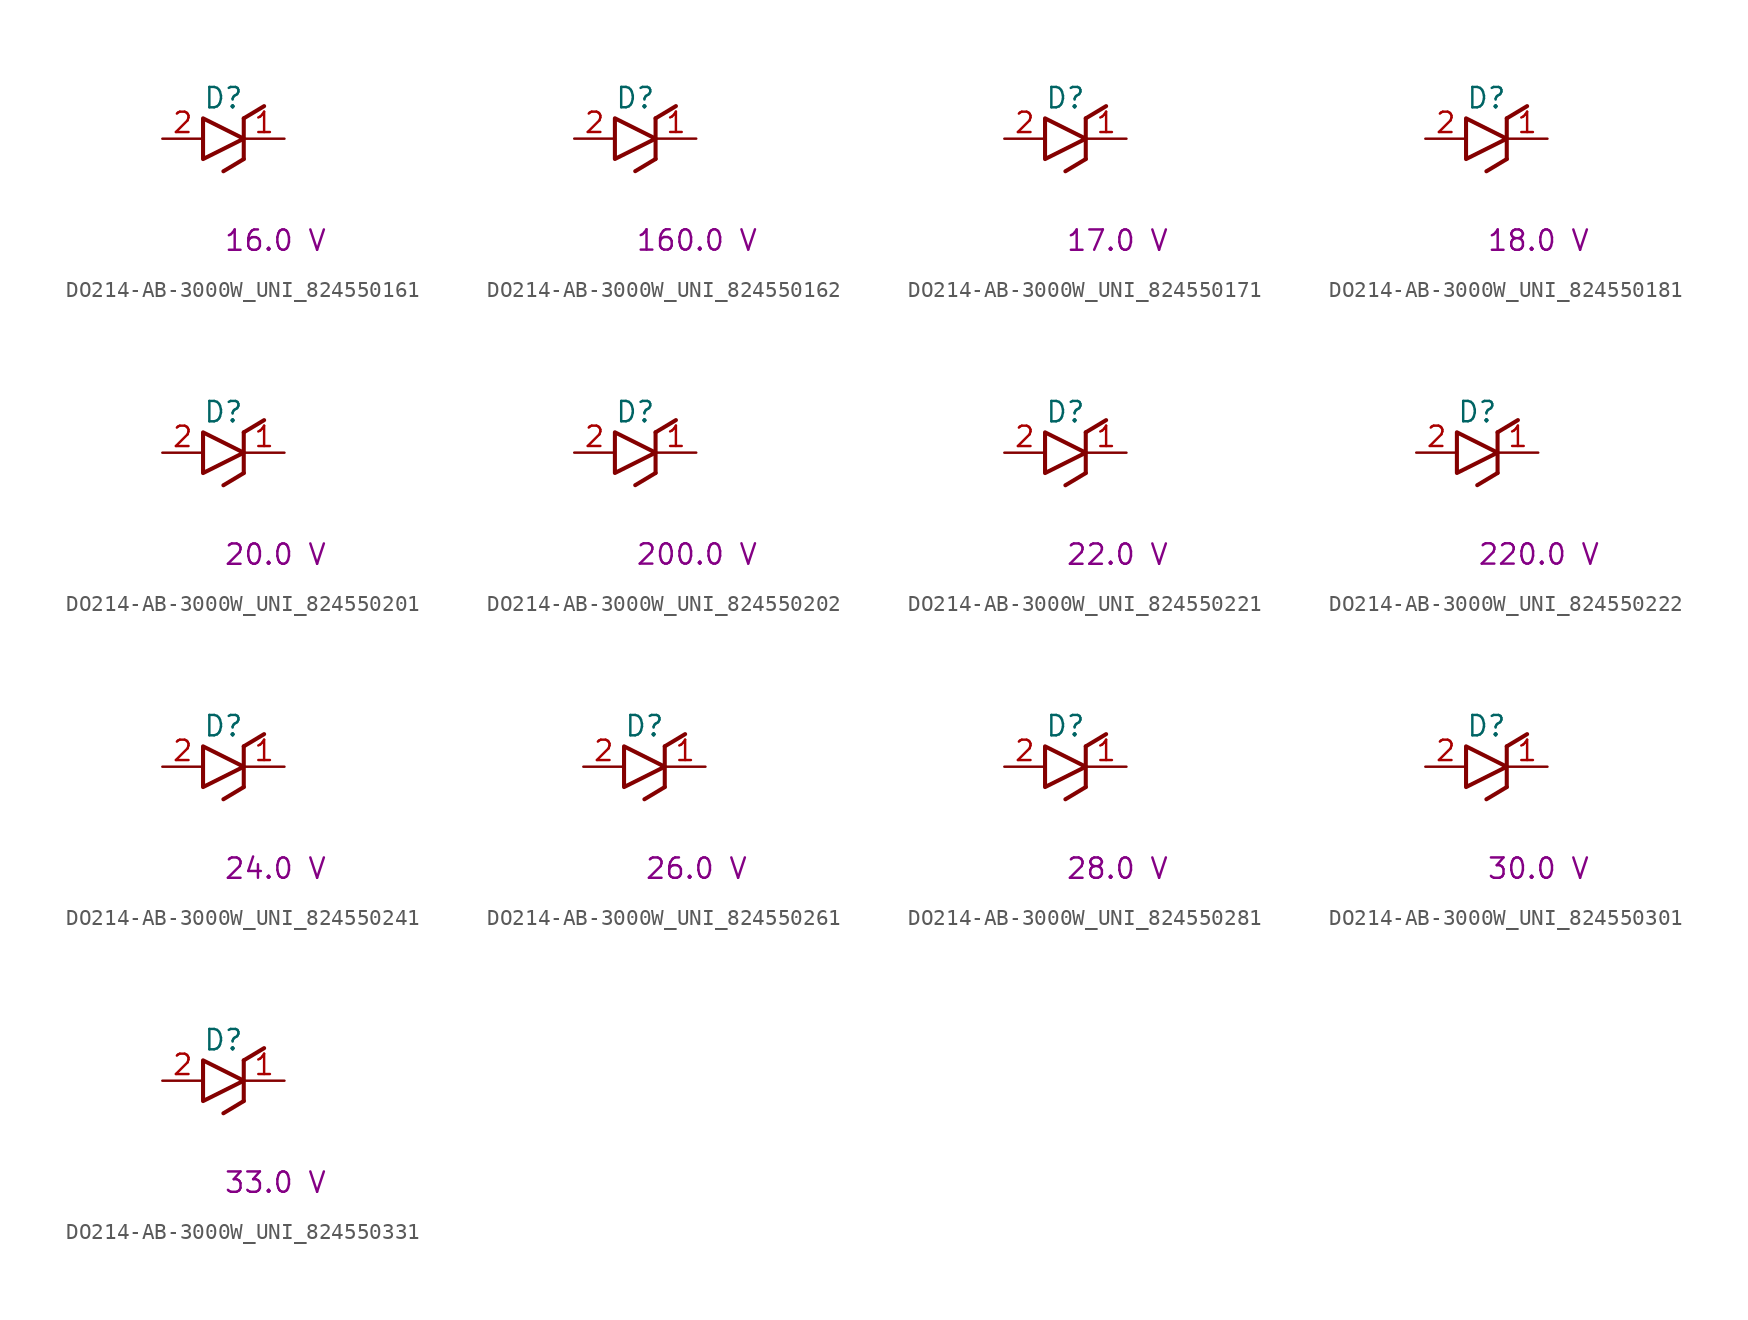
<source format=kicad_sym>
(kicad_symbol_lib
  (version 20220914)
  (generator kicad_symbol_editor)
  (symbol "DO214-AB-3000W_UNI_824550161"
    (pin_names hide)
    (property "Reference" "D"
      (at 0 2.54 0)
      (effects (font (size 1.27 1.27))))
    (property "Critical Parameter" "16.0 V"
      (at 0 -6.35 0)
      (effects (font (size 1.27 1.27)) (justify left)))
    (symbol "DO214-AB-3000W_UNI_824550161_1_1"
      (polyline (pts (xy 1.27 -1.27) (xy 0 -2.032)) (stroke (width 0.254) (type default)) (fill (type none)))
      (polyline (pts (xy 1.27 1.27) (xy 1.27 -1.27)) (stroke (width 0.254) (type default)) (fill (type none)))
      (polyline (pts (xy 1.27 1.27) (xy 2.54 2.032)) (stroke (width 0.254) (type default)) (fill (type none)))
      (polyline (pts (xy -1.27 1.27) (xy -1.27 -1.27) (xy 1.27 0) (xy -1.27 1.27)) (stroke (width 0.254) (type default)) (fill (type none)))
      (pin passive line (at -3.81 0 0) (length 2.54) (name "Anode" (effects (font (size 1.27 1.27)))) (number "2" (effects (font (size 1.27 1.27)))))
      (pin passive line (at 3.81 0 180) (length 2.54) (name "Cathode" (effects (font (size 1.27 1.27)))) (number "1" (effects (font (size 1.27 1.27)))))))
  (symbol "DO214-AB-3000W_UNI_824550162"
    (pin_names hide)
    (property "Reference" "D"
      (at 0 2.54 0)
      (effects (font (size 1.27 1.27))))
    (property "Critical Parameter" "160.0 V"
      (at 0 -6.35 0)
      (effects (font (size 1.27 1.27)) (justify left)))
    (symbol "DO214-AB-3000W_UNI_824550162_1_1"
      (polyline (pts (xy 1.27 -1.27) (xy 0 -2.032)) (stroke (width 0.254) (type default)) (fill (type none)))
      (polyline (pts (xy 1.27 1.27) (xy 1.27 -1.27)) (stroke (width 0.254) (type default)) (fill (type none)))
      (polyline (pts (xy 1.27 1.27) (xy 2.54 2.032)) (stroke (width 0.254) (type default)) (fill (type none)))
      (polyline (pts (xy -1.27 1.27) (xy -1.27 -1.27) (xy 1.27 0) (xy -1.27 1.27)) (stroke (width 0.254) (type default)) (fill (type none)))
      (pin passive line (at -3.81 0 0) (length 2.54) (name "Anode" (effects (font (size 1.27 1.27)))) (number "2" (effects (font (size 1.27 1.27)))))
      (pin passive line (at 3.81 0 180) (length 2.54) (name "Cathode" (effects (font (size 1.27 1.27)))) (number "1" (effects (font (size 1.27 1.27)))))))
  (symbol "DO214-AB-3000W_UNI_824550171"
    (pin_names hide)
    (property "Reference" "D"
      (at 0 2.54 0)
      (effects (font (size 1.27 1.27))))
    (property "Critical Parameter" "17.0 V"
      (at 0 -6.35 0)
      (effects (font (size 1.27 1.27)) (justify left)))
    (symbol "DO214-AB-3000W_UNI_824550171_1_1"
      (polyline (pts (xy 1.27 -1.27) (xy 0 -2.032)) (stroke (width 0.254) (type default)) (fill (type none)))
      (polyline (pts (xy 1.27 1.27) (xy 1.27 -1.27)) (stroke (width 0.254) (type default)) (fill (type none)))
      (polyline (pts (xy 1.27 1.27) (xy 2.54 2.032)) (stroke (width 0.254) (type default)) (fill (type none)))
      (polyline (pts (xy -1.27 1.27) (xy -1.27 -1.27) (xy 1.27 0) (xy -1.27 1.27)) (stroke (width 0.254) (type default)) (fill (type none)))
      (pin passive line (at -3.81 0 0) (length 2.54) (name "Anode" (effects (font (size 1.27 1.27)))) (number "2" (effects (font (size 1.27 1.27)))))
      (pin passive line (at 3.81 0 180) (length 2.54) (name "Cathode" (effects (font (size 1.27 1.27)))) (number "1" (effects (font (size 1.27 1.27)))))))
  (symbol "DO214-AB-3000W_UNI_824550181"
    (pin_names hide)
    (property "Reference" "D"
      (at 0 2.54 0)
      (effects (font (size 1.27 1.27))))
    (property "Critical Parameter" "18.0 V"
      (at 0 -6.35 0)
      (effects (font (size 1.27 1.27)) (justify left)))
    (symbol "DO214-AB-3000W_UNI_824550181_1_1"
      (polyline (pts (xy 1.27 -1.27) (xy 0 -2.032)) (stroke (width 0.254) (type default)) (fill (type none)))
      (polyline (pts (xy 1.27 1.27) (xy 1.27 -1.27)) (stroke (width 0.254) (type default)) (fill (type none)))
      (polyline (pts (xy 1.27 1.27) (xy 2.54 2.032)) (stroke (width 0.254) (type default)) (fill (type none)))
      (polyline (pts (xy -1.27 1.27) (xy -1.27 -1.27) (xy 1.27 0) (xy -1.27 1.27)) (stroke (width 0.254) (type default)) (fill (type none)))
      (pin passive line (at -3.81 0 0) (length 2.54) (name "Anode" (effects (font (size 1.27 1.27)))) (number "2" (effects (font (size 1.27 1.27)))))
      (pin passive line (at 3.81 0 180) (length 2.54) (name "Cathode" (effects (font (size 1.27 1.27)))) (number "1" (effects (font (size 1.27 1.27)))))))
  (symbol "DO214-AB-3000W_UNI_824550201"
    (pin_names hide)
    (property "Reference" "D"
      (at 0 2.54 0)
      (effects (font (size 1.27 1.27))))
    (property "Critical Parameter" "20.0 V"
      (at 0 -6.35 0)
      (effects (font (size 1.27 1.27)) (justify left)))
    (symbol "DO214-AB-3000W_UNI_824550201_1_1"
      (polyline (pts (xy 1.27 -1.27) (xy 0 -2.032)) (stroke (width 0.254) (type default)) (fill (type none)))
      (polyline (pts (xy 1.27 1.27) (xy 1.27 -1.27)) (stroke (width 0.254) (type default)) (fill (type none)))
      (polyline (pts (xy 1.27 1.27) (xy 2.54 2.032)) (stroke (width 0.254) (type default)) (fill (type none)))
      (polyline (pts (xy -1.27 1.27) (xy -1.27 -1.27) (xy 1.27 0) (xy -1.27 1.27)) (stroke (width 0.254) (type default)) (fill (type none)))
      (pin passive line (at -3.81 0 0) (length 2.54) (name "Anode" (effects (font (size 1.27 1.27)))) (number "2" (effects (font (size 1.27 1.27)))))
      (pin passive line (at 3.81 0 180) (length 2.54) (name "Cathode" (effects (font (size 1.27 1.27)))) (number "1" (effects (font (size 1.27 1.27)))))))
  (symbol "DO214-AB-3000W_UNI_824550202"
    (pin_names hide)
    (property "Reference" "D"
      (at 0 2.54 0)
      (effects (font (size 1.27 1.27))))
    (property "Critical Parameter" "200.0 V"
      (at 0 -6.35 0)
      (effects (font (size 1.27 1.27)) (justify left)))
    (symbol "DO214-AB-3000W_UNI_824550202_1_1"
      (polyline (pts (xy 1.27 -1.27) (xy 0 -2.032)) (stroke (width 0.254) (type default)) (fill (type none)))
      (polyline (pts (xy 1.27 1.27) (xy 1.27 -1.27)) (stroke (width 0.254) (type default)) (fill (type none)))
      (polyline (pts (xy 1.27 1.27) (xy 2.54 2.032)) (stroke (width 0.254) (type default)) (fill (type none)))
      (polyline (pts (xy -1.27 1.27) (xy -1.27 -1.27) (xy 1.27 0) (xy -1.27 1.27)) (stroke (width 0.254) (type default)) (fill (type none)))
      (pin passive line (at -3.81 0 0) (length 2.54) (name "Anode" (effects (font (size 1.27 1.27)))) (number "2" (effects (font (size 1.27 1.27)))))
      (pin passive line (at 3.81 0 180) (length 2.54) (name "Cathode" (effects (font (size 1.27 1.27)))) (number "1" (effects (font (size 1.27 1.27)))))))
  (symbol "DO214-AB-3000W_UNI_824550221"
    (pin_names hide)
    (property "Reference" "D"
      (at 0 2.54 0)
      (effects (font (size 1.27 1.27))))
    (property "Critical Parameter" "22.0 V"
      (at 0 -6.35 0)
      (effects (font (size 1.27 1.27)) (justify left)))
    (symbol "DO214-AB-3000W_UNI_824550221_1_1"
      (polyline (pts (xy 1.27 -1.27) (xy 0 -2.032)) (stroke (width 0.254) (type default)) (fill (type none)))
      (polyline (pts (xy 1.27 1.27) (xy 1.27 -1.27)) (stroke (width 0.254) (type default)) (fill (type none)))
      (polyline (pts (xy 1.27 1.27) (xy 2.54 2.032)) (stroke (width 0.254) (type default)) (fill (type none)))
      (polyline (pts (xy -1.27 1.27) (xy -1.27 -1.27) (xy 1.27 0) (xy -1.27 1.27)) (stroke (width 0.254) (type default)) (fill (type none)))
      (pin passive line (at -3.81 0 0) (length 2.54) (name "Anode" (effects (font (size 1.27 1.27)))) (number "2" (effects (font (size 1.27 1.27)))))
      (pin passive line (at 3.81 0 180) (length 2.54) (name "Cathode" (effects (font (size 1.27 1.27)))) (number "1" (effects (font (size 1.27 1.27)))))))
  (symbol "DO214-AB-3000W_UNI_824550222"
    (pin_names hide)
    (property "Reference" "D"
      (at 0 2.54 0)
      (effects (font (size 1.27 1.27))))
    (property "Critical Parameter" "220.0 V"
      (at 0 -6.35 0)
      (effects (font (size 1.27 1.27)) (justify left)))
    (symbol "DO214-AB-3000W_UNI_824550222_1_1"
      (polyline (pts (xy 1.27 -1.27) (xy 0 -2.032)) (stroke (width 0.254) (type default)) (fill (type none)))
      (polyline (pts (xy 1.27 1.27) (xy 1.27 -1.27)) (stroke (width 0.254) (type default)) (fill (type none)))
      (polyline (pts (xy 1.27 1.27) (xy 2.54 2.032)) (stroke (width 0.254) (type default)) (fill (type none)))
      (polyline (pts (xy -1.27 1.27) (xy -1.27 -1.27) (xy 1.27 0) (xy -1.27 1.27)) (stroke (width 0.254) (type default)) (fill (type none)))
      (pin passive line (at -3.81 0 0) (length 2.54) (name "Anode" (effects (font (size 1.27 1.27)))) (number "2" (effects (font (size 1.27 1.27)))))
      (pin passive line (at 3.81 0 180) (length 2.54) (name "Cathode" (effects (font (size 1.27 1.27)))) (number "1" (effects (font (size 1.27 1.27)))))))
  (symbol "DO214-AB-3000W_UNI_824550241"
    (pin_names hide)
    (property "Reference" "D"
      (at 0 2.54 0)
      (effects (font (size 1.27 1.27))))
    (property "Critical Parameter" "24.0 V"
      (at 0 -6.35 0)
      (effects (font (size 1.27 1.27)) (justify left)))
    (symbol "DO214-AB-3000W_UNI_824550241_1_1"
      (polyline (pts (xy 1.27 -1.27) (xy 0 -2.032)) (stroke (width 0.254) (type default)) (fill (type none)))
      (polyline (pts (xy 1.27 1.27) (xy 1.27 -1.27)) (stroke (width 0.254) (type default)) (fill (type none)))
      (polyline (pts (xy 1.27 1.27) (xy 2.54 2.032)) (stroke (width 0.254) (type default)) (fill (type none)))
      (polyline (pts (xy -1.27 1.27) (xy -1.27 -1.27) (xy 1.27 0) (xy -1.27 1.27)) (stroke (width 0.254) (type default)) (fill (type none)))
      (pin passive line (at -3.81 0 0) (length 2.54) (name "Anode" (effects (font (size 1.27 1.27)))) (number "2" (effects (font (size 1.27 1.27)))))
      (pin passive line (at 3.81 0 180) (length 2.54) (name "Cathode" (effects (font (size 1.27 1.27)))) (number "1" (effects (font (size 1.27 1.27)))))))
  (symbol "DO214-AB-3000W_UNI_824550261"
    (pin_names hide)
    (property "Reference" "D"
      (at 0 2.54 0)
      (effects (font (size 1.27 1.27))))
    (property "Critical Parameter" "26.0 V"
      (at 0 -6.35 0)
      (effects (font (size 1.27 1.27)) (justify left)))
    (symbol "DO214-AB-3000W_UNI_824550261_1_1"
      (polyline (pts (xy 1.27 -1.27) (xy 0 -2.032)) (stroke (width 0.254) (type default)) (fill (type none)))
      (polyline (pts (xy 1.27 1.27) (xy 1.27 -1.27)) (stroke (width 0.254) (type default)) (fill (type none)))
      (polyline (pts (xy 1.27 1.27) (xy 2.54 2.032)) (stroke (width 0.254) (type default)) (fill (type none)))
      (polyline (pts (xy -1.27 1.27) (xy -1.27 -1.27) (xy 1.27 0) (xy -1.27 1.27)) (stroke (width 0.254) (type default)) (fill (type none)))
      (pin passive line (at -3.81 0 0) (length 2.54) (name "Anode" (effects (font (size 1.27 1.27)))) (number "2" (effects (font (size 1.27 1.27)))))
      (pin passive line (at 3.81 0 180) (length 2.54) (name "Cathode" (effects (font (size 1.27 1.27)))) (number "1" (effects (font (size 1.27 1.27)))))))
  (symbol "DO214-AB-3000W_UNI_824550281"
    (pin_names hide)
    (property "Reference" "D"
      (at 0 2.54 0)
      (effects (font (size 1.27 1.27))))
    (property "Critical Parameter" "28.0 V"
      (at 0 -6.35 0)
      (effects (font (size 1.27 1.27)) (justify left)))
    (symbol "DO214-AB-3000W_UNI_824550281_1_1"
      (polyline (pts (xy 1.27 -1.27) (xy 0 -2.032)) (stroke (width 0.254) (type default)) (fill (type none)))
      (polyline (pts (xy 1.27 1.27) (xy 1.27 -1.27)) (stroke (width 0.254) (type default)) (fill (type none)))
      (polyline (pts (xy 1.27 1.27) (xy 2.54 2.032)) (stroke (width 0.254) (type default)) (fill (type none)))
      (polyline (pts (xy -1.27 1.27) (xy -1.27 -1.27) (xy 1.27 0) (xy -1.27 1.27)) (stroke (width 0.254) (type default)) (fill (type none)))
      (pin passive line (at -3.81 0 0) (length 2.54) (name "Anode" (effects (font (size 1.27 1.27)))) (number "2" (effects (font (size 1.27 1.27)))))
      (pin passive line (at 3.81 0 180) (length 2.54) (name "Cathode" (effects (font (size 1.27 1.27)))) (number "1" (effects (font (size 1.27 1.27)))))))
  (symbol "DO214-AB-3000W_UNI_824550301"
    (pin_names hide)
    (property "Reference" "D"
      (at 0 2.54 0)
      (effects (font (size 1.27 1.27))))
    (property "Critical Parameter" "30.0 V"
      (at 0 -6.35 0)
      (effects (font (size 1.27 1.27)) (justify left)))
    (symbol "DO214-AB-3000W_UNI_824550301_1_1"
      (polyline (pts (xy 1.27 -1.27) (xy 0 -2.032)) (stroke (width 0.254) (type default)) (fill (type none)))
      (polyline (pts (xy 1.27 1.27) (xy 1.27 -1.27)) (stroke (width 0.254) (type default)) (fill (type none)))
      (polyline (pts (xy 1.27 1.27) (xy 2.54 2.032)) (stroke (width 0.254) (type default)) (fill (type none)))
      (polyline (pts (xy -1.27 1.27) (xy -1.27 -1.27) (xy 1.27 0) (xy -1.27 1.27)) (stroke (width 0.254) (type default)) (fill (type none)))
      (pin passive line (at -3.81 0 0) (length 2.54) (name "Anode" (effects (font (size 1.27 1.27)))) (number "2" (effects (font (size 1.27 1.27)))))
      (pin passive line (at 3.81 0 180) (length 2.54) (name "Cathode" (effects (font (size 1.27 1.27)))) (number "1" (effects (font (size 1.27 1.27)))))))
  (symbol "DO214-AB-3000W_UNI_824550331"
    (pin_names hide)
    (property "Reference" "D"
      (at 0 2.54 0)
      (effects (font (size 1.27 1.27))))
    (property "Critical Parameter" "33.0 V"
      (at 0 -6.35 0)
      (effects (font (size 1.27 1.27)) (justify left)))
    (symbol "DO214-AB-3000W_UNI_824550331_1_1"
      (polyline (pts (xy 1.27 -1.27) (xy 0 -2.032)) (stroke (width 0.254) (type default)) (fill (type none)))
      (polyline (pts (xy 1.27 1.27) (xy 1.27 -1.27)) (stroke (width 0.254) (type default)) (fill (type none)))
      (polyline (pts (xy 1.27 1.27) (xy 2.54 2.032)) (stroke (width 0.254) (type default)) (fill (type none)))
      (polyline (pts (xy -1.27 1.27) (xy -1.27 -1.27) (xy 1.27 0) (xy -1.27 1.27)) (stroke (width 0.254) (type default)) (fill (type none)))
      (pin passive line (at -3.81 0 0) (length 2.54) (name "Anode" (effects (font (size 1.27 1.27)))) (number "2" (effects (font (size 1.27 1.27)))))
      (pin passive line (at 3.81 0 180) (length 2.54) (name "Cathode" (effects (font (size 1.27 1.27)))) (number "1" (effects (font (size 1.27 1.27))))))))
</source>
